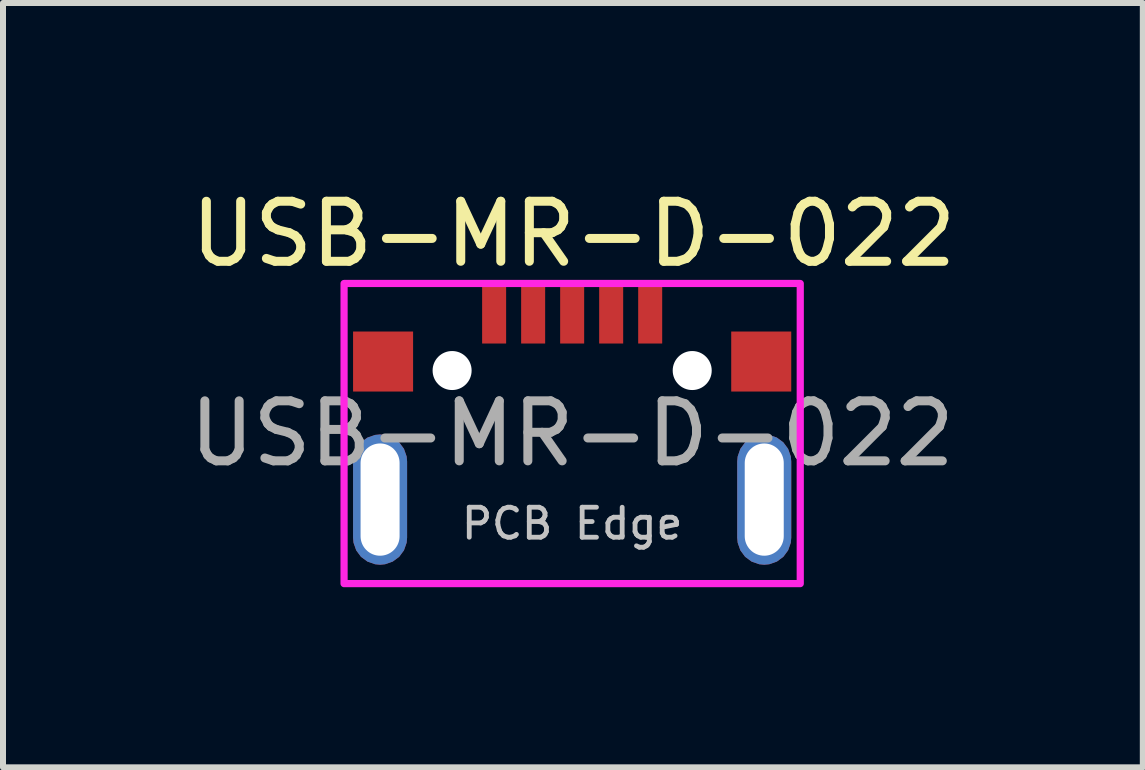
<source format=kicad_pcb>
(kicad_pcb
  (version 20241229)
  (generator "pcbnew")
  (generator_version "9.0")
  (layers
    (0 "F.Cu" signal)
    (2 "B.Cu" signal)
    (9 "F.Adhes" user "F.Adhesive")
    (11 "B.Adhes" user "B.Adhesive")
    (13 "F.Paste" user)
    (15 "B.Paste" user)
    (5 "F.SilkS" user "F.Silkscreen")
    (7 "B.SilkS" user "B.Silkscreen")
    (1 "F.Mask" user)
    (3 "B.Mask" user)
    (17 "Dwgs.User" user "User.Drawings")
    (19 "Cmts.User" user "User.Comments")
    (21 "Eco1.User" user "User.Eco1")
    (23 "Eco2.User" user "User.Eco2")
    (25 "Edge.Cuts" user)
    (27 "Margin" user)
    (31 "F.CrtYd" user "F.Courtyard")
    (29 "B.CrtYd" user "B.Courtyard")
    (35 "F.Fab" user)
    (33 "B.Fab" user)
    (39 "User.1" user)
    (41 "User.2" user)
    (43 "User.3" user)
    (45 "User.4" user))
  (footprint "USB-MR-D-022"
    (layer "F.Cu")
    (at 6.482 4.173)
    (property "Reference" "USB-MR-D-022" (at 0.025 -3.325 0) (unlocked yes) (layer "F.SilkS") (effects (font (size 1 1) (thickness 0.15))))
    (attr smd)
    (fp_rect (start -3.8 -2.5) (end 3.8 2.5) (stroke (width 0.12) (type default)) (fill no) (layer "F.CrtYd"))
    (fp_text user "PCB Edge" (at 0 1.5 0) (layer "Dwgs.User") (effects (font (size 0.5 0.5) (thickness 0.08))))
    (fp_text user "${REFERENCE}" (at 0 0 0) (unlocked yes) (layer "F.Fab") (effects (font (size 1 1) (thickness 0.15))))
    (pad "" thru_hole roundrect (at -3.2 1.1) (size 0.9 2.17) (drill oval 0.65 1.87) (layers "*.Cu" "*.Mask") (roundrect_rratio 0.5))
    (pad "" smd rect (at -3.15 -1.2) (size 1 1) (layers "F.Cu" "F.Mask" "F.Paste"))
    (pad "" np_thru_hole circle (at -2 -1.05) (size 0.65 0.65) (drill 0.65) (layers "*.Cu" "*.Mask"))
    (pad "" np_thru_hole circle (at 2 -1.05) (size 0.65 0.65) (drill 0.65) (layers "*.Cu" "*.Mask"))
    (pad "" smd rect (at 3.15 -1.2) (size 1 1) (layers "F.Cu" "F.Mask" "F.Paste"))
    (pad "" thru_hole roundrect (at 3.2 1.1) (size 0.9 2.17) (drill oval 0.65 1.87) (layers "*.Cu" "*.Mask") (roundrect_rratio 0.5))
    (pad "1" smd rect (at -1.3 -2) (size 0.4 1) (layers "F.Cu" "F.Mask" "F.Paste"))
    (pad "2" smd rect (at -0.65 -2) (size 0.4 1) (layers "F.Cu" "F.Mask" "F.Paste"))
    (pad "3" smd rect (at 0 -2) (size 0.4 1) (layers "F.Cu" "F.Mask" "F.Paste"))
    (pad "4" smd rect (at 0.65 -2) (size 0.4 1) (layers "F.Cu" "F.Mask" "F.Paste"))
    (pad "5" smd rect (at 1.3 -2) (size 0.4 1) (layers "F.Cu" "F.Mask" "F.Paste")))
  (gr_rect
    (start -3 -3)
    (end 15.989 9.733)
    (stroke (width 0.1) (type default))
    (fill no)
    (layer "Edge.Cuts")))
</source>
